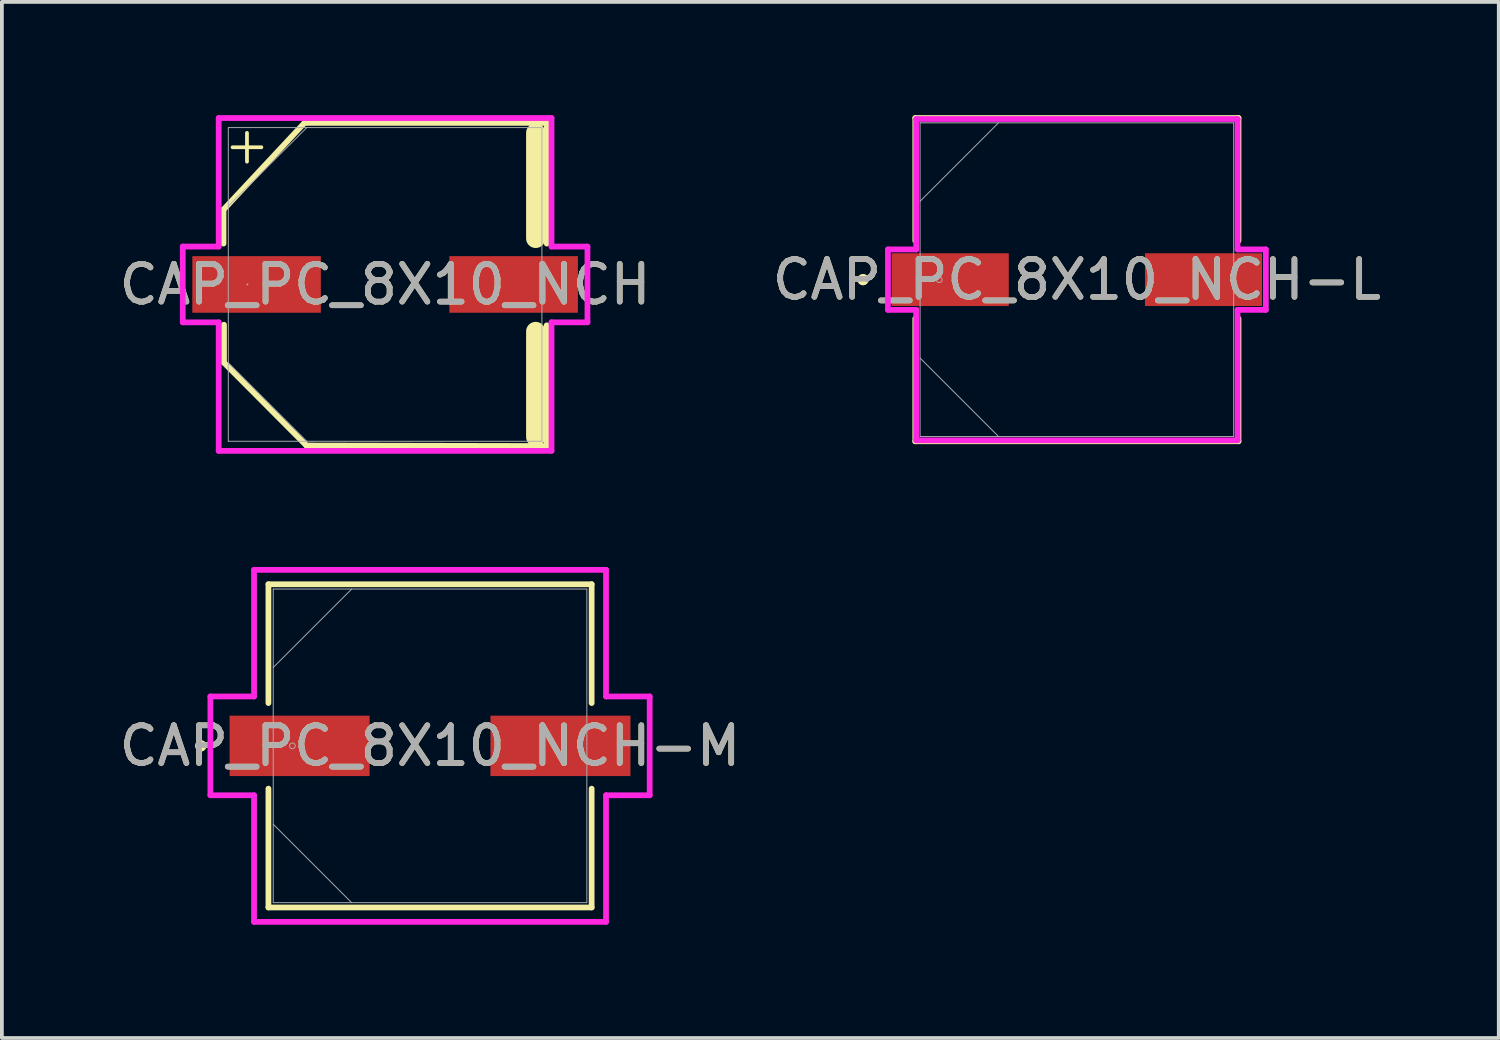
<source format=kicad_pcb>
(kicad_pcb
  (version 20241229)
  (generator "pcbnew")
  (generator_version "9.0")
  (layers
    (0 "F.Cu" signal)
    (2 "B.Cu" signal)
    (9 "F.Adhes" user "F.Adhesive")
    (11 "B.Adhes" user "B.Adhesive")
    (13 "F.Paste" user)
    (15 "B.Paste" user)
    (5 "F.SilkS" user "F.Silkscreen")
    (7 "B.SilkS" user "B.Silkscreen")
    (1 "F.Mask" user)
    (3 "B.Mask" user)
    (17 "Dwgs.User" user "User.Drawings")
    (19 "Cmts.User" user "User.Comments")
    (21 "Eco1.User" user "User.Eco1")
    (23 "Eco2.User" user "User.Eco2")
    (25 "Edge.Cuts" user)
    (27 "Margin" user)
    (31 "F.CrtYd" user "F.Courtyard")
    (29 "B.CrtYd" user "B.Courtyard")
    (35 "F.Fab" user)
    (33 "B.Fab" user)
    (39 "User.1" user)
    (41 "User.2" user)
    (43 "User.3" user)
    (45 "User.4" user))
  (footprint "CAP_PC_8X10_NCH"
    (layer "F.Cu")
    (at 7.149 4.483)
    (property "Reference" "CAP_PC_8X10_NCH" (at 0 0 0) (unlocked yes) (layer "F.SilkS") (effects (font (size 1 1) (thickness 0.15))))
    (attr smd)
    (fp_line (start -4.28 -1.981) (end -4.28 -1.082) (stroke (width 0.152) (type solid)) (layer "F.SilkS"))
    (fp_line (start -4.267 1.067) (end -4.267 2.073) (stroke (width 0.152) (type solid)) (layer "F.SilkS"))
    (fp_line (start -4.267 2.073) (end -2.083 4.267) (stroke (width 0.152) (type solid)) (layer "F.SilkS"))
    (fp_line (start -2.134 -4.28) (end -4.28 -1.981) (stroke (width 0.152) (type solid)) (layer "F.SilkS"))
    (fp_line (start -2.083 4.267) (end 4.28 4.28) (stroke (width 0.152) (type solid)) (layer "F.SilkS"))
    (fp_line (start 3.988 -1.219) (end 3.988 -4.013) (stroke (width 0.508) (type solid)) (layer "F.SilkS"))
    (fp_line (start 3.988 4.039) (end 3.988 1.245) (stroke (width 0.508) (type solid)) (layer "F.SilkS"))
    (fp_line (start 4.28 -4.28) (end -2.134 -4.28) (stroke (width 0.152) (type solid)) (layer "F.SilkS"))
    (fp_line (start 4.28 -1.082) (end 4.28 -4.28) (stroke (width 0.152) (type solid)) (layer "F.SilkS"))
    (fp_line (start 4.28 4.28) (end 4.28 1.082) (stroke (width 0.152) (type solid)) (layer "F.SilkS"))
    (fp_line (start -5.359 -1.003) (end -4.407 -1.003) (stroke (width 0.152) (type solid)) (layer "F.CrtYd"))
    (fp_line (start -5.359 1.003) (end -5.359 -1.003) (stroke (width 0.152) (type solid)) (layer "F.CrtYd"))
    (fp_line (start -4.407 -4.407) (end 4.407 -4.407) (stroke (width 0.152) (type solid)) (layer "F.CrtYd"))
    (fp_line (start -4.407 -1.003) (end -4.407 -4.407) (stroke (width 0.152) (type solid)) (layer "F.CrtYd"))
    (fp_line (start -4.407 1.003) (end -5.359 1.003) (stroke (width 0.152) (type solid)) (layer "F.CrtYd"))
    (fp_line (start -4.407 4.407) (end -4.407 1.003) (stroke (width 0.152) (type solid)) (layer "F.CrtYd"))
    (fp_line (start 4.407 -4.407) (end 4.407 -1.003) (stroke (width 0.152) (type solid)) (layer "F.CrtYd"))
    (fp_line (start 4.407 -1.003) (end 5.359 -1.003) (stroke (width 0.152) (type solid)) (layer "F.CrtYd"))
    (fp_line (start 4.407 1.003) (end 4.407 4.407) (stroke (width 0.152) (type solid)) (layer "F.CrtYd"))
    (fp_line (start 4.407 4.407) (end -4.407 4.407) (stroke (width 0.152) (type solid)) (layer "F.CrtYd"))
    (fp_line (start 5.359 -1.003) (end 5.359 1.003) (stroke (width 0.152) (type solid)) (layer "F.CrtYd"))
    (fp_line (start 5.359 1.003) (end 4.407 1.003) (stroke (width 0.152) (type solid)) (layer "F.CrtYd"))
    (fp_line (start -4.153 -4.153) (end -4.153 4.153) (stroke (width 0.025) (type solid)) (layer "F.Fab"))
    (fp_line (start -4.153 -2.076) (end -2.076 -4.153) (stroke (width 0.025) (type solid)) (layer "F.Fab"))
    (fp_line (start -4.153 2.076) (end -2.076 4.153) (stroke (width 0.025) (type solid)) (layer "F.Fab"))
    (fp_line (start -4.153 4.153) (end 4.153 4.153) (stroke (width 0.025) (type solid)) (layer "F.Fab"))
    (fp_line (start 4.153 -4.153) (end -4.153 -4.153) (stroke (width 0.025) (type solid)) (layer "F.Fab"))
    (fp_line (start 4.153 4.153) (end 4.153 -4.153) (stroke (width 0.025) (type solid)) (layer "F.Fab"))
    (fp_circle (center -3.645 0) (end -3.645 0) (stroke (width 0.025) (type solid)) (fill no) (layer "F.Fab"))
    (fp_text user "+" (at -4.343 -3.124 0) (unlocked yes) (layer "F.SilkS") (effects (font (size 1 1) (thickness 0.1)) (justify left bottom)))
    (fp_text user "${REFERENCE}" (at 0 0 0) (unlocked yes) (layer "F.Fab") (effects (font (size 1 1) (thickness 0.15))))
    (pad "1" smd rect (at -3.404 0) (size 3.404 1.499) (layers "F.Cu" "F.Mask" "F.Paste"))
    (pad "2" smd rect (at 3.404 0) (size 3.404 1.499) (layers "F.Cu" "F.Mask" "F.Paste"))
    (zone (net_name "") (layer "F.Cu") (hatch full 0.508) (connect_pads) (min_thickness 0.254) (filled_areas_thickness no) (keepout (tracks not_allowed) (vias not_allowed) (pads allowed) (copperpour not_allowed) (footprints allowed)) (placement (enabled no)) (fill) (polygon (pts (xy 3.047 0.381) (xy 11.251 0.381) (xy 11.251 3.683) (xy 3.047 3.683))))
    (zone (net_name "") (layer "F.Cu") (hatch full 0.508) (connect_pads) (min_thickness 0.254) (filled_areas_thickness no) (keepout (tracks not_allowed) (vias not_allowed) (pads allowed) (copperpour not_allowed) (footprints allowed)) (placement (enabled no)) (fill) (polygon (pts (xy 3.047 5.283) (xy 11.251 5.283) (xy 11.251 8.585) (xy 3.047 8.585))))
    (zone (net_name "") (layer "F.Cu") (hatch full 0.508) (connect_pads) (min_thickness 0.254) (filled_areas_thickness no) (keepout (tracks not_allowed) (vias not_allowed) (pads allowed) (copperpour not_allowed) (footprints allowed)) (placement (enabled no)) (fill) (polygon (pts (xy 5.498 3.683) (xy 8.8 3.683) (xy 8.8 5.283) (xy 5.498 5.283)))))
  (footprint "CAP_PC_8X10_NCH-M"
    (layer "F.Cu")
    (at 8.339 16.703)
    (property "Reference" "CAP_PC_8X10_NCH-M" (at 0 0 0) (unlocked yes) (layer "F.SilkS") (effects (font (size 1 1) (thickness 0.15))))
    (attr smd)
    (fp_line (start -4.28 -4.28) (end -4.28 -1.133) (stroke (width 0.152) (type solid)) (layer "F.SilkS"))
    (fp_line (start -4.28 1.133) (end -4.28 4.28) (stroke (width 0.152) (type solid)) (layer "F.SilkS"))
    (fp_line (start -4.28 4.28) (end 4.28 4.28) (stroke (width 0.152) (type solid)) (layer "F.SilkS"))
    (fp_line (start 4.28 -4.28) (end -4.28 -4.28) (stroke (width 0.152) (type solid)) (layer "F.SilkS"))
    (fp_line (start 4.28 -1.133) (end 4.28 -4.28) (stroke (width 0.152) (type solid)) (layer "F.SilkS"))
    (fp_line (start 4.28 4.28) (end 4.28 1.133) (stroke (width 0.152) (type solid)) (layer "F.SilkS"))
    (fp_circle (center -6.071 0) (end -5.994 0) (stroke (width 0.152) (type solid)) (fill no) (layer "F.SilkS"))
    (fp_line (start -5.817 -1.308) (end -4.661 -1.308) (stroke (width 0.152) (type solid)) (layer "F.CrtYd"))
    (fp_line (start -5.817 1.308) (end -5.817 -1.308) (stroke (width 0.152) (type solid)) (layer "F.CrtYd"))
    (fp_line (start -4.661 -4.661) (end 4.661 -4.661) (stroke (width 0.152) (type solid)) (layer "F.CrtYd"))
    (fp_line (start -4.661 -1.308) (end -4.661 -4.661) (stroke (width 0.152) (type solid)) (layer "F.CrtYd"))
    (fp_line (start -4.661 1.308) (end -5.817 1.308) (stroke (width 0.152) (type solid)) (layer "F.CrtYd"))
    (fp_line (start -4.661 4.661) (end -4.661 1.308) (stroke (width 0.152) (type solid)) (layer "F.CrtYd"))
    (fp_line (start 4.661 -4.661) (end 4.661 -1.308) (stroke (width 0.152) (type solid)) (layer "F.CrtYd"))
    (fp_line (start 4.661 -1.308) (end 5.817 -1.308) (stroke (width 0.152) (type solid)) (layer "F.CrtYd"))
    (fp_line (start 4.661 1.308) (end 4.661 4.661) (stroke (width 0.152) (type solid)) (layer "F.CrtYd"))
    (fp_line (start 4.661 4.661) (end -4.661 4.661) (stroke (width 0.152) (type solid)) (layer "F.CrtYd"))
    (fp_line (start 5.817 -1.308) (end 5.817 1.308) (stroke (width 0.152) (type solid)) (layer "F.CrtYd"))
    (fp_line (start 5.817 1.308) (end 4.661 1.308) (stroke (width 0.152) (type solid)) (layer "F.CrtYd"))
    (fp_line (start -4.153 -4.153) (end -4.153 4.153) (stroke (width 0.025) (type solid)) (layer "F.Fab"))
    (fp_line (start -4.153 -2.076) (end -2.076 -4.153) (stroke (width 0.025) (type solid)) (layer "F.Fab"))
    (fp_line (start -4.153 2.076) (end -2.076 4.153) (stroke (width 0.025) (type solid)) (layer "F.Fab"))
    (fp_line (start -4.153 4.153) (end 4.153 4.153) (stroke (width 0.025) (type solid)) (layer "F.Fab"))
    (fp_line (start 4.153 -4.153) (end -4.153 -4.153) (stroke (width 0.025) (type solid)) (layer "F.Fab"))
    (fp_line (start 4.153 4.153) (end 4.153 -4.153) (stroke (width 0.025) (type solid)) (layer "F.Fab"))
    (fp_circle (center -3.645 0) (end -3.569 0) (stroke (width 0.025) (type solid)) (fill no) (layer "F.Fab"))
    (fp_text user "${REFERENCE}" (at 0 0 0) (unlocked yes) (layer "F.Fab") (effects (font (size 1 1) (thickness 0.15))))
    (pad "1" smd rect (at -3.454 0) (size 3.708 1.6) (layers "F.Cu" "F.Mask" "F.Paste"))
    (pad "2" smd rect (at 3.454 0) (size 3.708 1.6) (layers "F.Cu" "F.Mask" "F.Paste"))
    (zone (net_name "") (layer "F.Cu") (hatch full 0.508) (connect_pads) (min_thickness 0.254) (filled_areas_thickness no) (keepout (tracks not_allowed) (vias not_allowed) (pads allowed) (copperpour not_allowed) (footprints allowed)) (placement (enabled no)) (fill) (polygon (pts (xy 4.237 12.601) (xy 12.441 12.601) (xy 12.441 15.852) (xy 4.237 15.852))))
    (zone (net_name "") (layer "F.Cu") (hatch full 0.508) (connect_pads) (min_thickness 0.254) (filled_areas_thickness no) (keepout (tracks not_allowed) (vias not_allowed) (pads allowed) (copperpour not_allowed) (footprints allowed)) (placement (enabled no)) (fill) (polygon (pts (xy 4.237 17.554) (xy 12.441 17.554) (xy 12.441 20.805) (xy 4.237 20.805))))
    (zone (net_name "") (layer "F.Cu") (hatch full 0.508) (connect_pads) (min_thickness 0.254) (filled_areas_thickness no) (keepout (tracks not_allowed) (vias not_allowed) (pads allowed) (copperpour not_allowed) (footprints allowed)) (placement (enabled no)) (fill) (polygon (pts (xy 6.79 15.852) (xy 9.889 15.852) (xy 9.889 17.554) (xy 6.79 17.554)))))
  (footprint "CAP_PC_8X10_NCH-L"
    (layer "F.Cu")
    (at 25.47 4.356)
    (property "Reference" "CAP_PC_8X10_NCH-L" (at 0 0 0) (unlocked yes) (layer "F.SilkS") (effects (font (size 1 1) (thickness 0.15))))
    (attr smd)
    (fp_line (start -4.28 -4.28) (end -4.28 -1.031) (stroke (width 0.152) (type solid)) (layer "F.SilkS"))
    (fp_line (start -4.28 1.031) (end -4.28 4.28) (stroke (width 0.152) (type solid)) (layer "F.SilkS"))
    (fp_line (start -4.28 4.28) (end 4.28 4.28) (stroke (width 0.152) (type solid)) (layer "F.SilkS"))
    (fp_line (start 4.28 -4.28) (end -4.28 -4.28) (stroke (width 0.152) (type solid)) (layer "F.SilkS"))
    (fp_line (start 4.28 -1.031) (end 4.28 -4.28) (stroke (width 0.152) (type solid)) (layer "F.SilkS"))
    (fp_line (start 4.28 4.28) (end 4.28 1.031) (stroke (width 0.152) (type solid)) (layer "F.SilkS"))
    (fp_circle (center -5.664 0) (end -5.588 0) (stroke (width 0.152) (type solid)) (fill no) (layer "F.SilkS"))
    (fp_line (start -5.004 -0.8) (end -4.255 -0.8) (stroke (width 0.152) (type solid)) (layer "F.CrtYd"))
    (fp_line (start -5.004 0.8) (end -5.004 -0.8) (stroke (width 0.152) (type solid)) (layer "F.CrtYd"))
    (fp_line (start -4.255 -4.255) (end 4.255 -4.255) (stroke (width 0.152) (type solid)) (layer "F.CrtYd"))
    (fp_line (start -4.255 -0.8) (end -4.255 -4.255) (stroke (width 0.152) (type solid)) (layer "F.CrtYd"))
    (fp_line (start -4.255 0.8) (end -5.004 0.8) (stroke (width 0.152) (type solid)) (layer "F.CrtYd"))
    (fp_line (start -4.255 4.255) (end -4.255 0.8) (stroke (width 0.152) (type solid)) (layer "F.CrtYd"))
    (fp_line (start 4.255 -4.255) (end 4.255 -0.8) (stroke (width 0.152) (type solid)) (layer "F.CrtYd"))
    (fp_line (start 4.255 -0.8) (end 5.004 -0.8) (stroke (width 0.152) (type solid)) (layer "F.CrtYd"))
    (fp_line (start 4.255 0.8) (end 4.255 4.255) (stroke (width 0.152) (type solid)) (layer "F.CrtYd"))
    (fp_line (start 4.255 4.255) (end -4.255 4.255) (stroke (width 0.152) (type solid)) (layer "F.CrtYd"))
    (fp_line (start 5.004 -0.8) (end 5.004 0.8) (stroke (width 0.152) (type solid)) (layer "F.CrtYd"))
    (fp_line (start 5.004 0.8) (end 4.255 0.8) (stroke (width 0.152) (type solid)) (layer "F.CrtYd"))
    (fp_line (start -4.153 -4.153) (end -4.153 4.153) (stroke (width 0.025) (type solid)) (layer "F.Fab"))
    (fp_line (start -4.153 -2.076) (end -2.076 -4.153) (stroke (width 0.025) (type solid)) (layer "F.Fab"))
    (fp_line (start -4.153 2.076) (end -2.076 4.153) (stroke (width 0.025) (type solid)) (layer "F.Fab"))
    (fp_line (start -4.153 4.153) (end 4.153 4.153) (stroke (width 0.025) (type solid)) (layer "F.Fab"))
    (fp_line (start 4.153 -4.153) (end -4.153 -4.153) (stroke (width 0.025) (type solid)) (layer "F.Fab"))
    (fp_line (start 4.153 4.153) (end 4.153 -4.153) (stroke (width 0.025) (type solid)) (layer "F.Fab"))
    (fp_circle (center -3.645 0) (end -3.569 0) (stroke (width 0.025) (type solid)) (fill no) (layer "F.Fab"))
    (fp_text user "${REFERENCE}" (at 0 0 0) (unlocked yes) (layer "F.Fab") (effects (font (size 1 1) (thickness 0.15))))
    (pad "1" smd rect (at -3.353 0) (size 3.099 1.397) (layers "F.Cu" "F.Mask" "F.Paste"))
    (pad "2" smd rect (at 3.353 0) (size 3.099 1.397) (layers "F.Cu" "F.Mask" "F.Paste"))
    (zone (net_name "") (layer "F.Cu") (hatch full 0.508) (connect_pads) (min_thickness 0.254) (filled_areas_thickness no) (keepout (tracks not_allowed) (vias not_allowed) (pads allowed) (copperpour not_allowed) (footprints allowed)) (placement (enabled no)) (fill) (polygon (pts (xy 21.368 0.254) (xy 29.572 0.254) (xy 29.572 3.607) (xy 21.368 3.607))))
    (zone (net_name "") (layer "F.Cu") (hatch full 0.508) (connect_pads) (min_thickness 0.254) (filled_areas_thickness no) (keepout (tracks not_allowed) (vias not_allowed) (pads allowed) (copperpour not_allowed) (footprints allowed)) (placement (enabled no)) (fill) (polygon (pts (xy 21.368 5.105) (xy 29.572 5.105) (xy 29.572 8.458) (xy 21.368 8.458))))
    (zone (net_name "") (layer "F.Cu") (hatch full 0.508) (connect_pads) (min_thickness 0.254) (filled_areas_thickness no) (keepout (tracks not_allowed) (vias not_allowed) (pads allowed) (copperpour not_allowed) (footprints allowed)) (placement (enabled no)) (fill) (polygon (pts (xy 23.718 3.607) (xy 27.223 3.607) (xy 27.223 5.105) (xy 23.718 5.105)))))
  (gr_rect
    (start -3 -3)
    (end 36.643 24.44)
    (stroke (width 0.1) (type default))
    (fill no)
    (layer "Edge.Cuts")))
</source>
